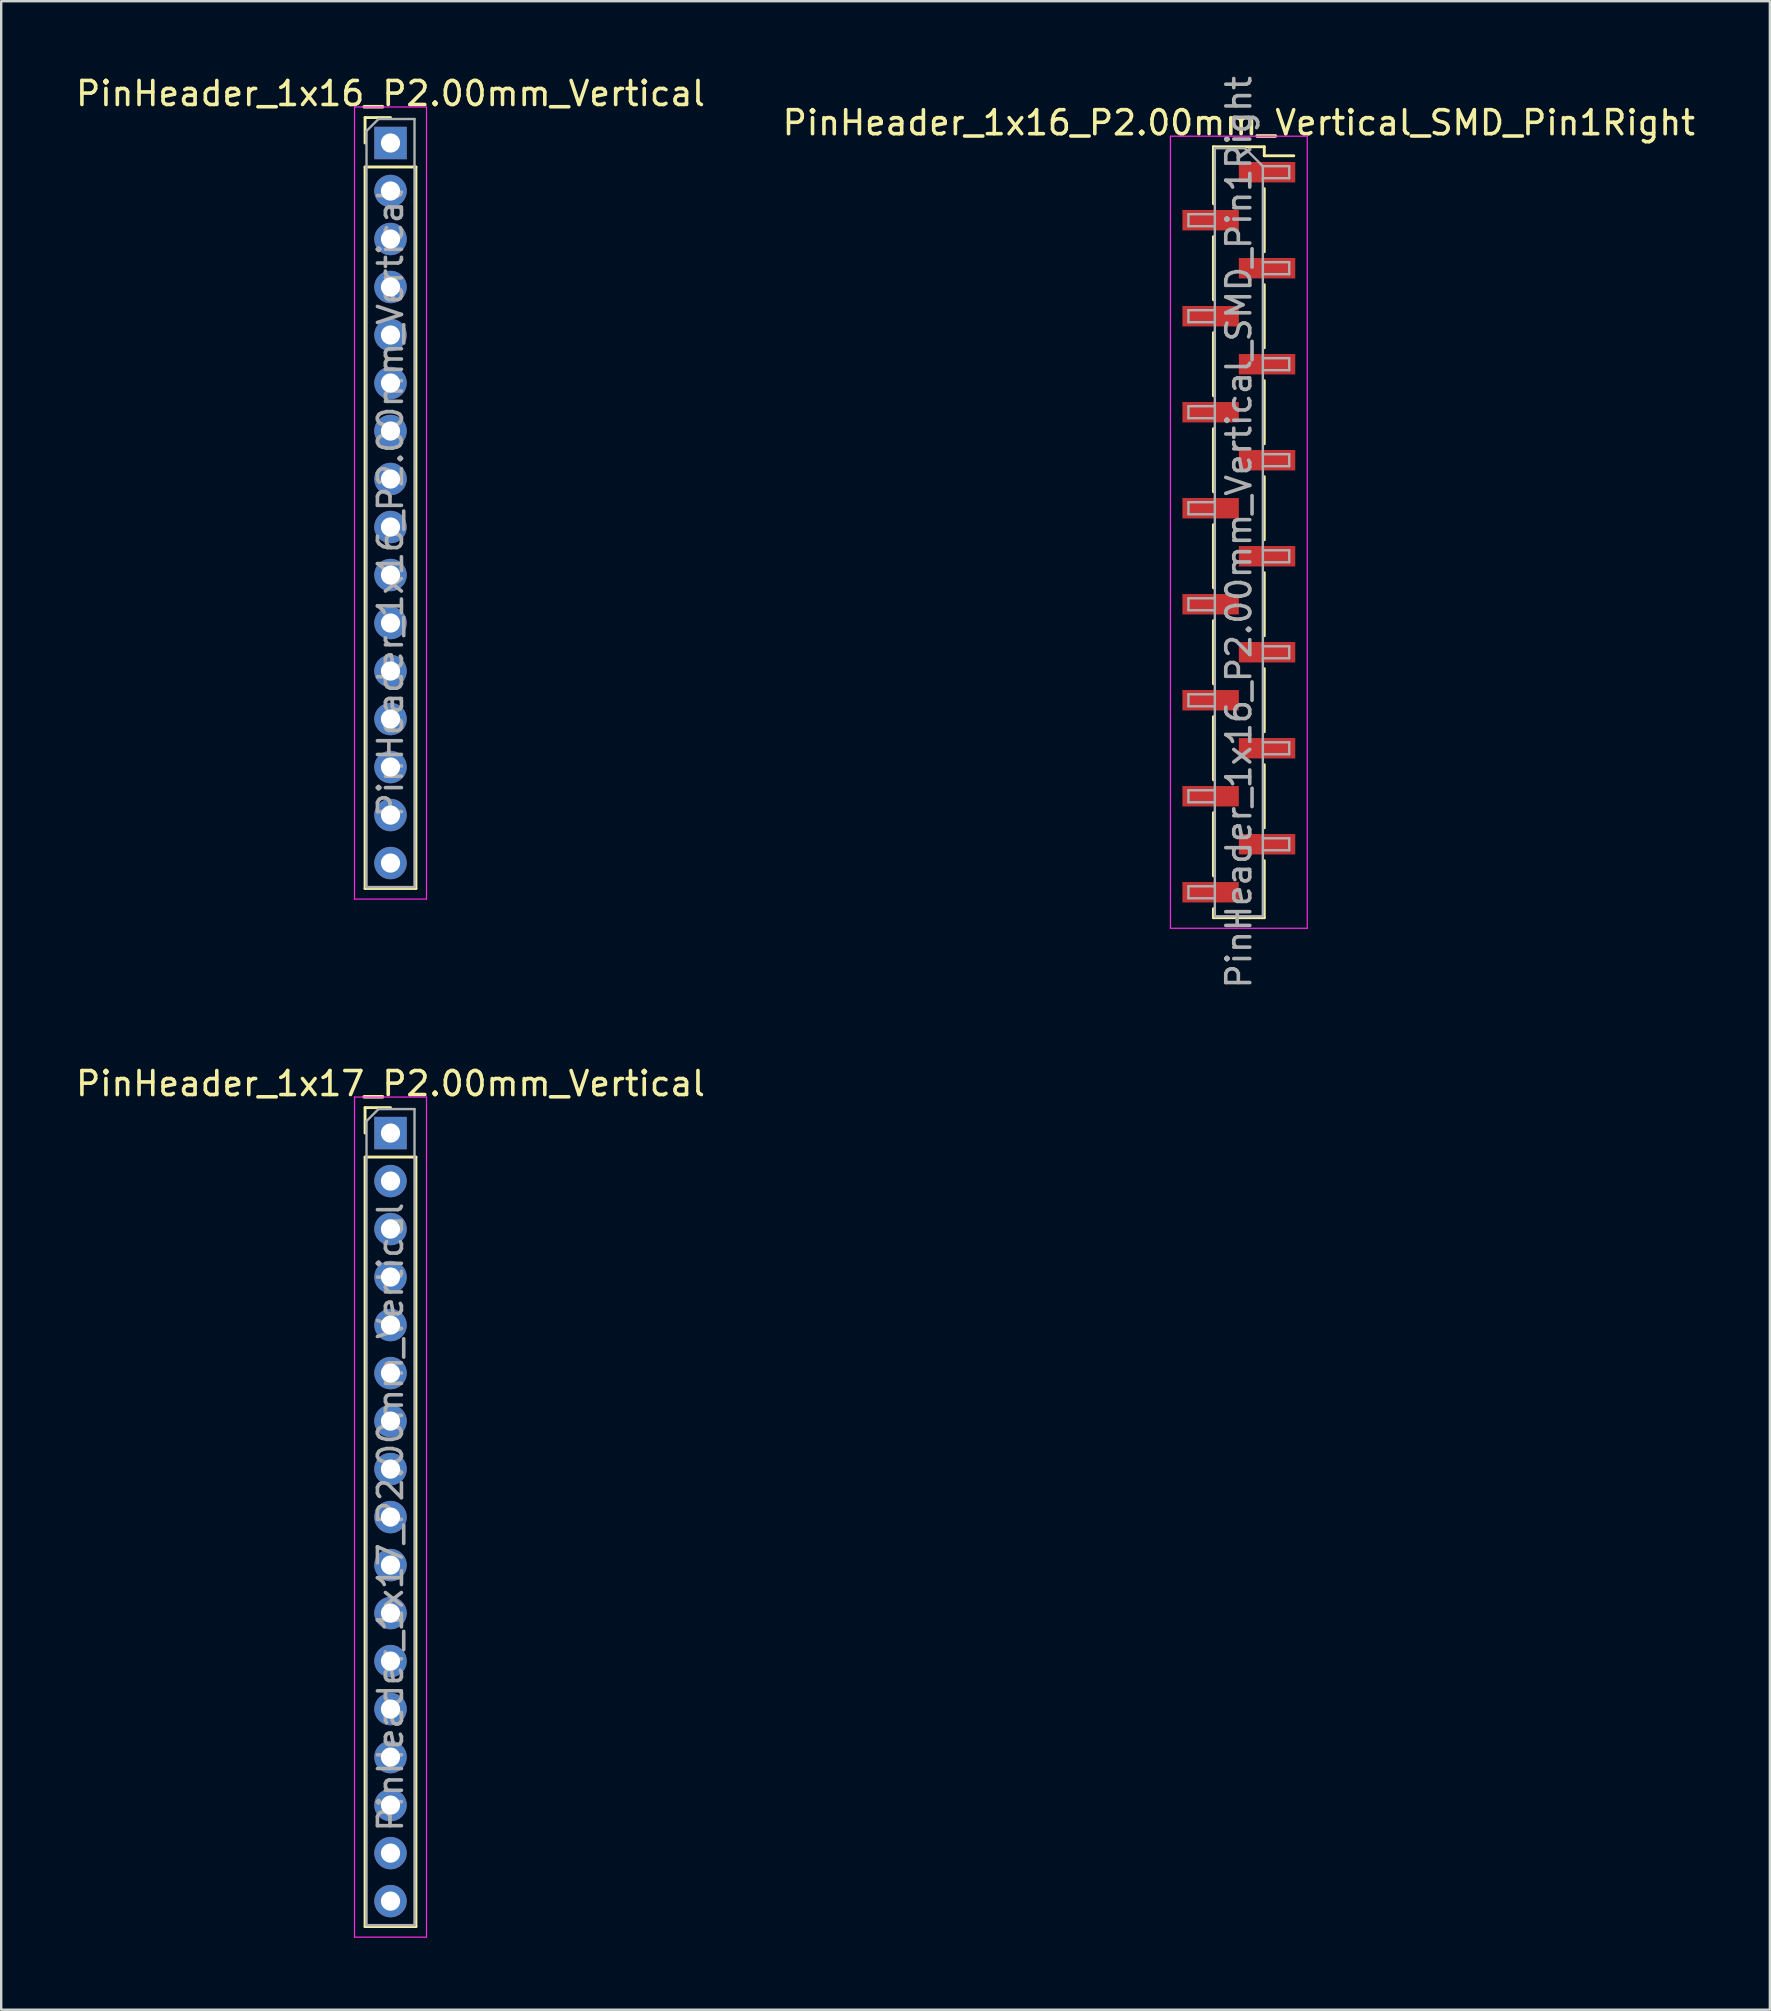
<source format=kicad_pcb>
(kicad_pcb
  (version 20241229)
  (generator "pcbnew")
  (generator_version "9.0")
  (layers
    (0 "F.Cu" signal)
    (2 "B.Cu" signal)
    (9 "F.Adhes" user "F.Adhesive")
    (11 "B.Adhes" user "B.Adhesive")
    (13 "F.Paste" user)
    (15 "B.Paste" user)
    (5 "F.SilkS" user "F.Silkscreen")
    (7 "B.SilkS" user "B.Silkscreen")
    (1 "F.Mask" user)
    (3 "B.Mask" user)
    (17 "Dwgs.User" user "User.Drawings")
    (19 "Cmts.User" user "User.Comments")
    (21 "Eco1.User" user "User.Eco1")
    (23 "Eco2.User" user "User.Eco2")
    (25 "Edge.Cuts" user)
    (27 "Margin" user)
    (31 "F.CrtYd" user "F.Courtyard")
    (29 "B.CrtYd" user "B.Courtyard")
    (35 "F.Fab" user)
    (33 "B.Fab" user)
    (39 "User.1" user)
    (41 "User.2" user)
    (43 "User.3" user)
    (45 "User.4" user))
  (footprint "PinHeader_1x17_P2.00mm_Vertical"
    (layer "F.Cu")
    (at 13.22 44.158)
    (property "Reference" "PinHeader_1x17_P2.00mm_Vertical" (at 0 -2.06 0) (layer "F.SilkS") (effects (font (size 1 1) (thickness 0.15))))
    (attr through_hole)
    (fp_line (start -1.06 -1.06) (end 0 -1.06) (stroke (width 0.12) (type solid)) (layer "F.SilkS"))
    (fp_line (start -1.06 0) (end -1.06 -1.06) (stroke (width 0.12) (type solid)) (layer "F.SilkS"))
    (fp_line (start -1.06 1) (end -1.06 33.06) (stroke (width 0.12) (type solid)) (layer "F.SilkS"))
    (fp_line (start -1.06 1) (end 1.06 1) (stroke (width 0.12) (type solid)) (layer "F.SilkS"))
    (fp_line (start -1.06 33.06) (end 1.06 33.06) (stroke (width 0.12) (type solid)) (layer "F.SilkS"))
    (fp_line (start 1.06 1) (end 1.06 33.06) (stroke (width 0.12) (type solid)) (layer "F.SilkS"))
    (fp_line (start -1.5 -1.5) (end -1.5 33.5) (stroke (width 0.05) (type solid)) (layer "F.CrtYd"))
    (fp_line (start -1.5 33.5) (end 1.5 33.5) (stroke (width 0.05) (type solid)) (layer "F.CrtYd"))
    (fp_line (start 1.5 -1.5) (end -1.5 -1.5) (stroke (width 0.05) (type solid)) (layer "F.CrtYd"))
    (fp_line (start 1.5 33.5) (end 1.5 -1.5) (stroke (width 0.05) (type solid)) (layer "F.CrtYd"))
    (fp_line (start -1 -0.5) (end -0.5 -1) (stroke (width 0.1) (type solid)) (layer "F.Fab"))
    (fp_line (start -1 33) (end -1 -0.5) (stroke (width 0.1) (type solid)) (layer "F.Fab"))
    (fp_line (start -0.5 -1) (end 1 -1) (stroke (width 0.1) (type solid)) (layer "F.Fab"))
    (fp_line (start 1 -1) (end 1 33) (stroke (width 0.1) (type solid)) (layer "F.Fab"))
    (fp_line (start 1 33) (end -1 33) (stroke (width 0.1) (type solid)) (layer "F.Fab"))
    (fp_text user "${REFERENCE}" (at 0 16 90) (layer "F.Fab") (effects (font (size 1 1) (thickness 0.15))))
    (pad "1" thru_hole rect (at 0 0) (size 1.35 1.35) (drill 0.8) (layers "*.Cu" "*.Mask"))
    (pad "2" thru_hole oval (at 0 2) (size 1.35 1.35) (drill 0.8) (layers "*.Cu" "*.Mask"))
    (pad "3" thru_hole oval (at 0 4) (size 1.35 1.35) (drill 0.8) (layers "*.Cu" "*.Mask"))
    (pad "4" thru_hole oval (at 0 6) (size 1.35 1.35) (drill 0.8) (layers "*.Cu" "*.Mask"))
    (pad "5" thru_hole oval (at 0 8) (size 1.35 1.35) (drill 0.8) (layers "*.Cu" "*.Mask"))
    (pad "6" thru_hole oval (at 0 10) (size 1.35 1.35) (drill 0.8) (layers "*.Cu" "*.Mask"))
    (pad "7" thru_hole oval (at 0 12) (size 1.35 1.35) (drill 0.8) (layers "*.Cu" "*.Mask"))
    (pad "8" thru_hole oval (at 0 14) (size 1.35 1.35) (drill 0.8) (layers "*.Cu" "*.Mask"))
    (pad "9" thru_hole oval (at 0 16) (size 1.35 1.35) (drill 0.8) (layers "*.Cu" "*.Mask"))
    (pad "10" thru_hole oval (at 0 18) (size 1.35 1.35) (drill 0.8) (layers "*.Cu" "*.Mask"))
    (pad "11" thru_hole oval (at 0 20) (size 1.35 1.35) (drill 0.8) (layers "*.Cu" "*.Mask"))
    (pad "12" thru_hole oval (at 0 22) (size 1.35 1.35) (drill 0.8) (layers "*.Cu" "*.Mask"))
    (pad "13" thru_hole oval (at 0 24) (size 1.35 1.35) (drill 0.8) (layers "*.Cu" "*.Mask"))
    (pad "14" thru_hole oval (at 0 26) (size 1.35 1.35) (drill 0.8) (layers "*.Cu" "*.Mask"))
    (pad "15" thru_hole oval (at 0 28) (size 1.35 1.35) (drill 0.8) (layers "*.Cu" "*.Mask"))
    (pad "16" thru_hole oval (at 0 30) (size 1.35 1.35) (drill 0.8) (layers "*.Cu" "*.Mask"))
    (pad "17" thru_hole oval (at 0 32) (size 1.35 1.35) (drill 0.8) (layers "*.Cu" "*.Mask")))
  (footprint "PinHeader_1x16_P2.00mm_Vertical_SMD_Pin1Right"
    (layer "F.Cu")
    (at 48.565 19.125)
    (property "Reference" "PinHeader_1x16_P2.00mm_Vertical_SMD_Pin1Right" (at 0 -17.06 0) (layer "F.SilkS") (effects (font (size 1 1) (thickness 0.15))))
    (attr smd)
    (fp_line (start -1.06 -16.06) (end -1.06 -13.685) (stroke (width 0.12) (type solid)) (layer "F.SilkS"))
    (fp_line (start -1.06 -16.06) (end 1.06 -16.06) (stroke (width 0.12) (type solid)) (layer "F.SilkS"))
    (fp_line (start -1.06 -12.315) (end -1.06 -9.685) (stroke (width 0.12) (type solid)) (layer "F.SilkS"))
    (fp_line (start -1.06 -8.315) (end -1.06 -5.685) (stroke (width 0.12) (type solid)) (layer "F.SilkS"))
    (fp_line (start -1.06 -4.315) (end -1.06 -1.685) (stroke (width 0.12) (type solid)) (layer "F.SilkS"))
    (fp_line (start -1.06 -0.315) (end -1.06 2.315) (stroke (width 0.12) (type solid)) (layer "F.SilkS"))
    (fp_line (start -1.06 3.685) (end -1.06 6.315) (stroke (width 0.12) (type solid)) (layer "F.SilkS"))
    (fp_line (start -1.06 7.685) (end -1.06 10.315) (stroke (width 0.12) (type solid)) (layer "F.SilkS"))
    (fp_line (start -1.06 11.685) (end -1.06 14.315) (stroke (width 0.12) (type solid)) (layer "F.SilkS"))
    (fp_line (start -1.06 15.685) (end -1.06 16.06) (stroke (width 0.12) (type solid)) (layer "F.SilkS"))
    (fp_line (start -1.06 16.06) (end 1.06 16.06) (stroke (width 0.12) (type solid)) (layer "F.SilkS"))
    (fp_line (start 1.06 -16.06) (end 1.06 -15.685) (stroke (width 0.12) (type solid)) (layer "F.SilkS"))
    (fp_line (start 1.06 -15.685) (end 2.29 -15.685) (stroke (width 0.12) (type solid)) (layer "F.SilkS"))
    (fp_line (start 1.06 -14.315) (end 1.06 -11.685) (stroke (width 0.12) (type solid)) (layer "F.SilkS"))
    (fp_line (start 1.06 -10.315) (end 1.06 -7.685) (stroke (width 0.12) (type solid)) (layer "F.SilkS"))
    (fp_line (start 1.06 -6.315) (end 1.06 -3.685) (stroke (width 0.12) (type solid)) (layer "F.SilkS"))
    (fp_line (start 1.06 -2.315) (end 1.06 0.315) (stroke (width 0.12) (type solid)) (layer "F.SilkS"))
    (fp_line (start 1.06 1.685) (end 1.06 4.315) (stroke (width 0.12) (type solid)) (layer "F.SilkS"))
    (fp_line (start 1.06 5.685) (end 1.06 8.315) (stroke (width 0.12) (type solid)) (layer "F.SilkS"))
    (fp_line (start 1.06 9.685) (end 1.06 12.315) (stroke (width 0.12) (type solid)) (layer "F.SilkS"))
    (fp_line (start 1.06 13.685) (end 1.06 16.06) (stroke (width 0.12) (type solid)) (layer "F.SilkS"))
    (fp_line (start -2.85 -16.5) (end -2.85 16.5) (stroke (width 0.05) (type solid)) (layer "F.CrtYd"))
    (fp_line (start -2.85 16.5) (end 2.85 16.5) (stroke (width 0.05) (type solid)) (layer "F.CrtYd"))
    (fp_line (start 2.85 -16.5) (end -2.85 -16.5) (stroke (width 0.05) (type solid)) (layer "F.CrtYd"))
    (fp_line (start 2.85 16.5) (end 2.85 -16.5) (stroke (width 0.05) (type solid)) (layer "F.CrtYd"))
    (fp_line (start -2.1 -13.25) (end -2.1 -12.75) (stroke (width 0.1) (type solid)) (layer "F.Fab"))
    (fp_line (start -2.1 -12.75) (end -1 -12.75) (stroke (width 0.1) (type solid)) (layer "F.Fab"))
    (fp_line (start -2.1 -9.25) (end -2.1 -8.75) (stroke (width 0.1) (type solid)) (layer "F.Fab"))
    (fp_line (start -2.1 -8.75) (end -1 -8.75) (stroke (width 0.1) (type solid)) (layer "F.Fab"))
    (fp_line (start -2.1 -5.25) (end -2.1 -4.75) (stroke (width 0.1) (type solid)) (layer "F.Fab"))
    (fp_line (start -2.1 -4.75) (end -1 -4.75) (stroke (width 0.1) (type solid)) (layer "F.Fab"))
    (fp_line (start -2.1 -1.25) (end -2.1 -0.75) (stroke (width 0.1) (type solid)) (layer "F.Fab"))
    (fp_line (start -2.1 -0.75) (end -1 -0.75) (stroke (width 0.1) (type solid)) (layer "F.Fab"))
    (fp_line (start -2.1 2.75) (end -2.1 3.25) (stroke (width 0.1) (type solid)) (layer "F.Fab"))
    (fp_line (start -2.1 3.25) (end -1 3.25) (stroke (width 0.1) (type solid)) (layer "F.Fab"))
    (fp_line (start -2.1 6.75) (end -2.1 7.25) (stroke (width 0.1) (type solid)) (layer "F.Fab"))
    (fp_line (start -2.1 7.25) (end -1 7.25) (stroke (width 0.1) (type solid)) (layer "F.Fab"))
    (fp_line (start -2.1 10.75) (end -2.1 11.25) (stroke (width 0.1) (type solid)) (layer "F.Fab"))
    (fp_line (start -2.1 11.25) (end -1 11.25) (stroke (width 0.1) (type solid)) (layer "F.Fab"))
    (fp_line (start -2.1 14.75) (end -2.1 15.25) (stroke (width 0.1) (type solid)) (layer "F.Fab"))
    (fp_line (start -2.1 15.25) (end -1 15.25) (stroke (width 0.1) (type solid)) (layer "F.Fab"))
    (fp_line (start -1 -16) (end -1 16) (stroke (width 0.1) (type solid)) (layer "F.Fab"))
    (fp_line (start -1 -16) (end 0.25 -16) (stroke (width 0.1) (type solid)) (layer "F.Fab"))
    (fp_line (start -1 -13.25) (end -2.1 -13.25) (stroke (width 0.1) (type solid)) (layer "F.Fab"))
    (fp_line (start -1 -9.25) (end -2.1 -9.25) (stroke (width 0.1) (type solid)) (layer "F.Fab"))
    (fp_line (start -1 -5.25) (end -2.1 -5.25) (stroke (width 0.1) (type solid)) (layer "F.Fab"))
    (fp_line (start -1 -1.25) (end -2.1 -1.25) (stroke (width 0.1) (type solid)) (layer "F.Fab"))
    (fp_line (start -1 2.75) (end -2.1 2.75) (stroke (width 0.1) (type solid)) (layer "F.Fab"))
    (fp_line (start -1 6.75) (end -2.1 6.75) (stroke (width 0.1) (type solid)) (layer "F.Fab"))
    (fp_line (start -1 10.75) (end -2.1 10.75) (stroke (width 0.1) (type solid)) (layer "F.Fab"))
    (fp_line (start -1 14.75) (end -2.1 14.75) (stroke (width 0.1) (type solid)) (layer "F.Fab"))
    (fp_line (start 1 -15.25) (end 0.25 -16) (stroke (width 0.1) (type solid)) (layer "F.Fab"))
    (fp_line (start 1 -15.25) (end 2.1 -15.25) (stroke (width 0.1) (type solid)) (layer "F.Fab"))
    (fp_line (start 1 -11.25) (end 2.1 -11.25) (stroke (width 0.1) (type solid)) (layer "F.Fab"))
    (fp_line (start 1 -7.25) (end 2.1 -7.25) (stroke (width 0.1) (type solid)) (layer "F.Fab"))
    (fp_line (start 1 -3.25) (end 2.1 -3.25) (stroke (width 0.1) (type solid)) (layer "F.Fab"))
    (fp_line (start 1 0.75) (end 2.1 0.75) (stroke (width 0.1) (type solid)) (layer "F.Fab"))
    (fp_line (start 1 4.75) (end 2.1 4.75) (stroke (width 0.1) (type solid)) (layer "F.Fab"))
    (fp_line (start 1 8.75) (end 2.1 8.75) (stroke (width 0.1) (type solid)) (layer "F.Fab"))
    (fp_line (start 1 12.75) (end 2.1 12.75) (stroke (width 0.1) (type solid)) (layer "F.Fab"))
    (fp_line (start 1 16) (end -1 16) (stroke (width 0.1) (type solid)) (layer "F.Fab"))
    (fp_line (start 1 16) (end 1 -15.25) (stroke (width 0.1) (type solid)) (layer "F.Fab"))
    (fp_line (start 2.1 -15.25) (end 2.1 -14.75) (stroke (width 0.1) (type solid)) (layer "F.Fab"))
    (fp_line (start 2.1 -14.75) (end 1 -14.75) (stroke (width 0.1) (type solid)) (layer "F.Fab"))
    (fp_line (start 2.1 -11.25) (end 2.1 -10.75) (stroke (width 0.1) (type solid)) (layer "F.Fab"))
    (fp_line (start 2.1 -10.75) (end 1 -10.75) (stroke (width 0.1) (type solid)) (layer "F.Fab"))
    (fp_line (start 2.1 -7.25) (end 2.1 -6.75) (stroke (width 0.1) (type solid)) (layer "F.Fab"))
    (fp_line (start 2.1 -6.75) (end 1 -6.75) (stroke (width 0.1) (type solid)) (layer "F.Fab"))
    (fp_line (start 2.1 -3.25) (end 2.1 -2.75) (stroke (width 0.1) (type solid)) (layer "F.Fab"))
    (fp_line (start 2.1 -2.75) (end 1 -2.75) (stroke (width 0.1) (type solid)) (layer "F.Fab"))
    (fp_line (start 2.1 0.75) (end 2.1 1.25) (stroke (width 0.1) (type solid)) (layer "F.Fab"))
    (fp_line (start 2.1 1.25) (end 1 1.25) (stroke (width 0.1) (type solid)) (layer "F.Fab"))
    (fp_line (start 2.1 4.75) (end 2.1 5.25) (stroke (width 0.1) (type solid)) (layer "F.Fab"))
    (fp_line (start 2.1 5.25) (end 1 5.25) (stroke (width 0.1) (type solid)) (layer "F.Fab"))
    (fp_line (start 2.1 8.75) (end 2.1 9.25) (stroke (width 0.1) (type solid)) (layer "F.Fab"))
    (fp_line (start 2.1 9.25) (end 1 9.25) (stroke (width 0.1) (type solid)) (layer "F.Fab"))
    (fp_line (start 2.1 12.75) (end 2.1 13.25) (stroke (width 0.1) (type solid)) (layer "F.Fab"))
    (fp_line (start 2.1 13.25) (end 1 13.25) (stroke (width 0.1) (type solid)) (layer "F.Fab"))
    (fp_text user "${REFERENCE}" (at 0 0 90) (layer "F.Fab") (effects (font (size 1 1) (thickness 0.15))))
    (pad "1" smd rect (at 1.175 -15) (size 2.35 0.85) (layers "F.Cu" "F.Mask" "F.Paste"))
    (pad "2" smd rect (at -1.175 -13) (size 2.35 0.85) (layers "F.Cu" "F.Mask" "F.Paste"))
    (pad "3" smd rect (at 1.175 -11) (size 2.35 0.85) (layers "F.Cu" "F.Mask" "F.Paste"))
    (pad "4" smd rect (at -1.175 -9) (size 2.35 0.85) (layers "F.Cu" "F.Mask" "F.Paste"))
    (pad "5" smd rect (at 1.175 -7) (size 2.35 0.85) (layers "F.Cu" "F.Mask" "F.Paste"))
    (pad "6" smd rect (at -1.175 -5) (size 2.35 0.85) (layers "F.Cu" "F.Mask" "F.Paste"))
    (pad "7" smd rect (at 1.175 -3) (size 2.35 0.85) (layers "F.Cu" "F.Mask" "F.Paste"))
    (pad "8" smd rect (at -1.175 -1) (size 2.35 0.85) (layers "F.Cu" "F.Mask" "F.Paste"))
    (pad "9" smd rect (at 1.175 1) (size 2.35 0.85) (layers "F.Cu" "F.Mask" "F.Paste"))
    (pad "10" smd rect (at -1.175 3) (size 2.35 0.85) (layers "F.Cu" "F.Mask" "F.Paste"))
    (pad "11" smd rect (at 1.175 5) (size 2.35 0.85) (layers "F.Cu" "F.Mask" "F.Paste"))
    (pad "12" smd rect (at -1.175 7) (size 2.35 0.85) (layers "F.Cu" "F.Mask" "F.Paste"))
    (pad "13" smd rect (at 1.175 9) (size 2.35 0.85) (layers "F.Cu" "F.Mask" "F.Paste"))
    (pad "14" smd rect (at -1.175 11) (size 2.35 0.85) (layers "F.Cu" "F.Mask" "F.Paste"))
    (pad "15" smd rect (at 1.175 13) (size 2.35 0.85) (layers "F.Cu" "F.Mask" "F.Paste"))
    (pad "16" smd rect (at -1.175 15) (size 2.35 0.85) (layers "F.Cu" "F.Mask" "F.Paste")))
  (footprint "PinHeader_1x16_P2.00mm_Vertical"
    (layer "F.Cu")
    (at 13.22 2.908)
    (property "Reference" "PinHeader_1x16_P2.00mm_Vertical" (at 0 -2.06 0) (layer "F.SilkS") (effects (font (size 1 1) (thickness 0.15))))
    (attr through_hole)
    (fp_line (start -1.06 -1.06) (end 0 -1.06) (stroke (width 0.12) (type solid)) (layer "F.SilkS"))
    (fp_line (start -1.06 0) (end -1.06 -1.06) (stroke (width 0.12) (type solid)) (layer "F.SilkS"))
    (fp_line (start -1.06 1) (end -1.06 31.06) (stroke (width 0.12) (type solid)) (layer "F.SilkS"))
    (fp_line (start -1.06 1) (end 1.06 1) (stroke (width 0.12) (type solid)) (layer "F.SilkS"))
    (fp_line (start -1.06 31.06) (end 1.06 31.06) (stroke (width 0.12) (type solid)) (layer "F.SilkS"))
    (fp_line (start 1.06 1) (end 1.06 31.06) (stroke (width 0.12) (type solid)) (layer "F.SilkS"))
    (fp_line (start -1.5 -1.5) (end -1.5 31.5) (stroke (width 0.05) (type solid)) (layer "F.CrtYd"))
    (fp_line (start -1.5 31.5) (end 1.5 31.5) (stroke (width 0.05) (type solid)) (layer "F.CrtYd"))
    (fp_line (start 1.5 -1.5) (end -1.5 -1.5) (stroke (width 0.05) (type solid)) (layer "F.CrtYd"))
    (fp_line (start 1.5 31.5) (end 1.5 -1.5) (stroke (width 0.05) (type solid)) (layer "F.CrtYd"))
    (fp_line (start -1 -0.5) (end -0.5 -1) (stroke (width 0.1) (type solid)) (layer "F.Fab"))
    (fp_line (start -1 31) (end -1 -0.5) (stroke (width 0.1) (type solid)) (layer "F.Fab"))
    (fp_line (start -0.5 -1) (end 1 -1) (stroke (width 0.1) (type solid)) (layer "F.Fab"))
    (fp_line (start 1 -1) (end 1 31) (stroke (width 0.1) (type solid)) (layer "F.Fab"))
    (fp_line (start 1 31) (end -1 31) (stroke (width 0.1) (type solid)) (layer "F.Fab"))
    (fp_text user "${REFERENCE}" (at 0 15 90) (layer "F.Fab") (effects (font (size 1 1) (thickness 0.15))))
    (pad "1" thru_hole rect (at 0 0) (size 1.35 1.35) (drill 0.8) (layers "*.Cu" "*.Mask"))
    (pad "2" thru_hole oval (at 0 2) (size 1.35 1.35) (drill 0.8) (layers "*.Cu" "*.Mask"))
    (pad "3" thru_hole oval (at 0 4) (size 1.35 1.35) (drill 0.8) (layers "*.Cu" "*.Mask"))
    (pad "4" thru_hole oval (at 0 6) (size 1.35 1.35) (drill 0.8) (layers "*.Cu" "*.Mask"))
    (pad "5" thru_hole oval (at 0 8) (size 1.35 1.35) (drill 0.8) (layers "*.Cu" "*.Mask"))
    (pad "6" thru_hole oval (at 0 10) (size 1.35 1.35) (drill 0.8) (layers "*.Cu" "*.Mask"))
    (pad "7" thru_hole oval (at 0 12) (size 1.35 1.35) (drill 0.8) (layers "*.Cu" "*.Mask"))
    (pad "8" thru_hole oval (at 0 14) (size 1.35 1.35) (drill 0.8) (layers "*.Cu" "*.Mask"))
    (pad "9" thru_hole oval (at 0 16) (size 1.35 1.35) (drill 0.8) (layers "*.Cu" "*.Mask"))
    (pad "10" thru_hole oval (at 0 18) (size 1.35 1.35) (drill 0.8) (layers "*.Cu" "*.Mask"))
    (pad "11" thru_hole oval (at 0 20) (size 1.35 1.35) (drill 0.8) (layers "*.Cu" "*.Mask"))
    (pad "12" thru_hole oval (at 0 22) (size 1.35 1.35) (drill 0.8) (layers "*.Cu" "*.Mask"))
    (pad "13" thru_hole oval (at 0 24) (size 1.35 1.35) (drill 0.8) (layers "*.Cu" "*.Mask"))
    (pad "14" thru_hole oval (at 0 26) (size 1.35 1.35) (drill 0.8) (layers "*.Cu" "*.Mask"))
    (pad "15" thru_hole oval (at 0 28) (size 1.35 1.35) (drill 0.8) (layers "*.Cu" "*.Mask"))
    (pad "16" thru_hole oval (at 0 30) (size 1.35 1.35) (drill 0.8) (layers "*.Cu" "*.Mask")))
  (gr_rect
    (start -3 -3)
    (end 70.69 80.683)
    (stroke (width 0.1) (type default))
    (fill no)
    (layer "Edge.Cuts")))
</source>
